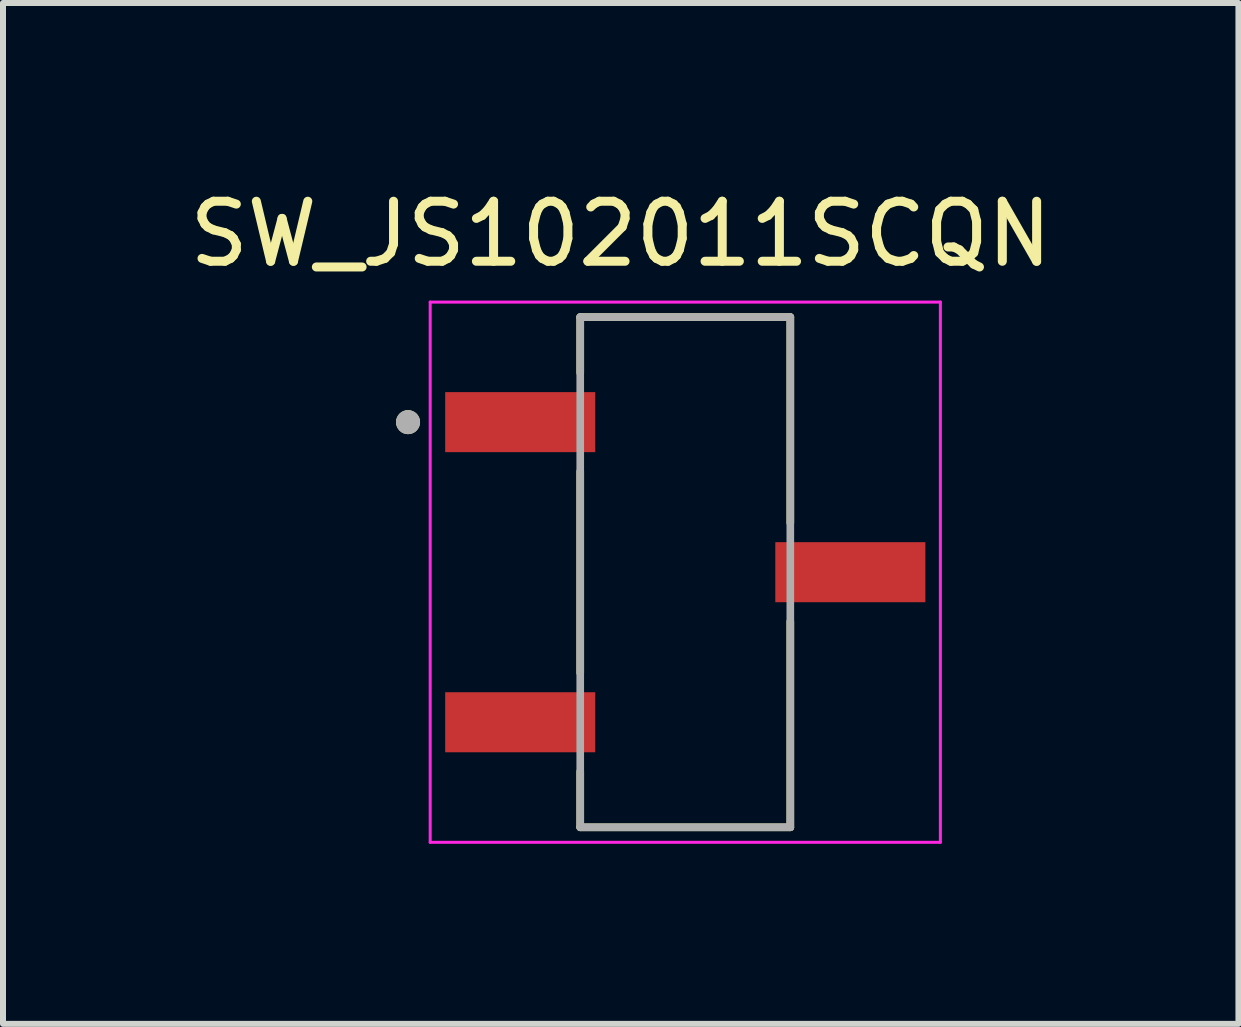
<source format=kicad_pcb>
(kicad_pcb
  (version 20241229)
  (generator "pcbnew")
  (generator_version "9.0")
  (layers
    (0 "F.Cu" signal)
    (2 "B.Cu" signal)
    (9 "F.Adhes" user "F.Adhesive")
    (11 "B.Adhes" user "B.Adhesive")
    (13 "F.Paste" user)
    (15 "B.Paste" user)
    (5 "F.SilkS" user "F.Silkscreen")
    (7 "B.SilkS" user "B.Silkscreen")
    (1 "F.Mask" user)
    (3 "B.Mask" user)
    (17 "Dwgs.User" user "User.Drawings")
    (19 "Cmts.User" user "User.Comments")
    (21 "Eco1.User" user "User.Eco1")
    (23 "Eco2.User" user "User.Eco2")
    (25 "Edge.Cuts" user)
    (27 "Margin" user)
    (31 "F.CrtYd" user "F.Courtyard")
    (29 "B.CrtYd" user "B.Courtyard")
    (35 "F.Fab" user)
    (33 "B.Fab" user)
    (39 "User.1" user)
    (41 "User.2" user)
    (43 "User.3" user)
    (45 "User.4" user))
  (footprint "SW_JS102011SCQN"
    (layer "F.Cu")
    (at 8.367 6.483)
    (property "Reference" "SW_JS102011SCQN" (at -1.075 -5.635 0) (layer "F.SilkS") (effects (font (size 1 1) (thickness 0.15))))
    (attr smd)
    (fp_line (start -1.75 -4.25) (end 1.75 -4.25) (stroke (width 0.127) (type solid)) (layer "F.SilkS"))
    (fp_line (start -1.75 -3.32) (end -1.75 -4.25) (stroke (width 0.127) (type solid)) (layer "F.SilkS"))
    (fp_line (start -1.75 -1.68) (end -1.75 1.68) (stroke (width 0.127) (type solid)) (layer "F.SilkS"))
    (fp_line (start -1.75 4.25) (end -1.75 3.32) (stroke (width 0.127) (type solid)) (layer "F.SilkS"))
    (fp_line (start 1.75 -4.25) (end 1.75 -0.82) (stroke (width 0.127) (type solid)) (layer "F.SilkS"))
    (fp_line (start 1.75 0.82) (end 1.75 4.25) (stroke (width 0.127) (type solid)) (layer "F.SilkS"))
    (fp_line (start 1.75 4.25) (end -1.75 4.25) (stroke (width 0.127) (type solid)) (layer "F.SilkS"))
    (fp_circle (center -4.619 -2.5) (end -4.519 -2.5) (stroke (width 0.2) (type solid)) (fill no) (layer "F.SilkS"))
    (fp_line (start -4.25 -4.5) (end -4.25 4.5) (stroke (width 0.05) (type solid)) (layer "F.CrtYd"))
    (fp_line (start -4.25 4.5) (end 4.25 4.5) (stroke (width 0.05) (type solid)) (layer "F.CrtYd"))
    (fp_line (start 4.25 -4.5) (end -4.25 -4.5) (stroke (width 0.05) (type solid)) (layer "F.CrtYd"))
    (fp_line (start 4.25 4.5) (end 4.25 -4.5) (stroke (width 0.05) (type solid)) (layer "F.CrtYd"))
    (fp_line (start -1.75 -4.25) (end 1.75 -4.25) (stroke (width 0.127) (type solid)) (layer "F.Fab"))
    (fp_line (start -1.75 4.25) (end -1.75 -4.25) (stroke (width 0.127) (type solid)) (layer "F.Fab"))
    (fp_line (start 1.75 -4.25) (end 1.75 4.25) (stroke (width 0.127) (type solid)) (layer "F.Fab"))
    (fp_line (start 1.75 4.25) (end -1.75 4.25) (stroke (width 0.127) (type solid)) (layer "F.Fab"))
    (fp_circle (center -4.619 -2.5) (end -4.519 -2.5) (stroke (width 0.2) (type solid)) (fill no) (layer "F.Fab"))
    (pad "1" smd rect (at -2.75 -2.5) (size 2.5 1) (layers "F.Cu" "F.Mask" "F.Paste"))
    (pad "2" smd rect (at 2.75 0) (size 2.5 1) (layers "F.Cu" "F.Mask" "F.Paste"))
    (pad "3" smd rect (at -2.75 2.5) (size 2.5 1) (layers "F.Cu" "F.Mask" "F.Paste")))
  (gr_rect
    (start -3 -3)
    (end 17.583 14.008)
    (stroke (width 0.1) (type default))
    (fill no)
    (layer "Edge.Cuts")))
</source>
